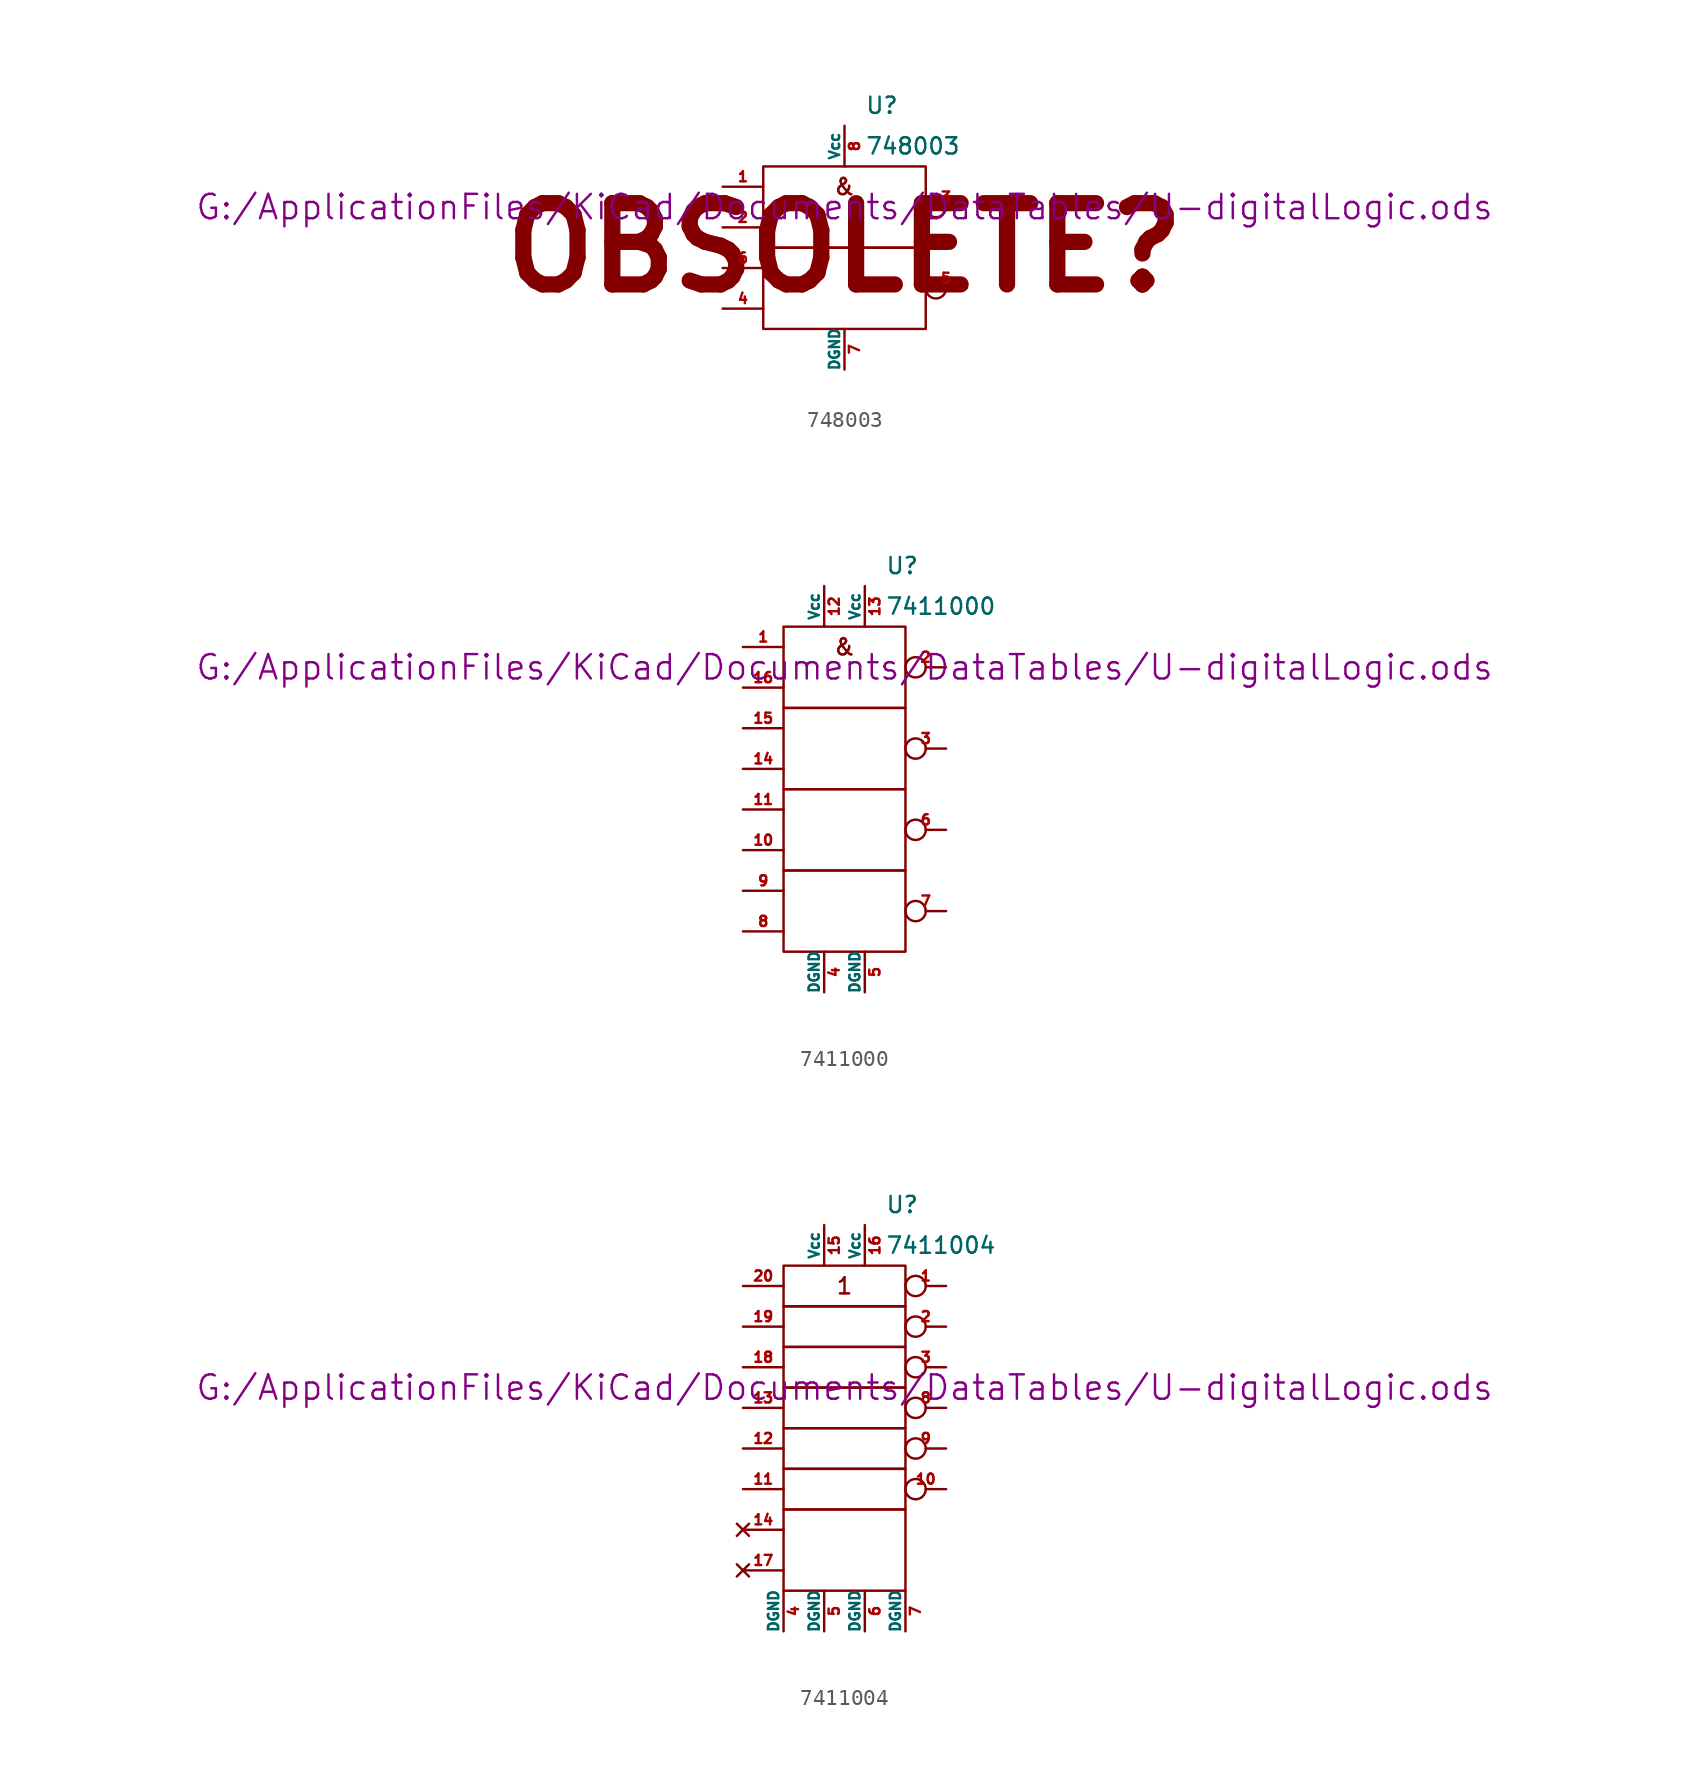
<source format=kicad_sym>
(kicad_symbol_lib
  (version 20211014)
  (generator kicad_symbol_editor)
  (symbol "748003"
    (pin_names
      (offset 0))
    (property "Reference" "U"
      (at 1.27 8.89 0)
      (effects (font (size 1.016 1.016)) (justify left)))
    (property "Value" "748003"
      (at 1.27 6.35 0)
      (effects (font (size 1.016 1.016)) (justify left)))
    (property "Footprint" ""
      (at 0 2.54 0)
      (effects (font (size 1.524 1.524))))
    (property "Datasheet" "G:/ApplicationFiles/KiCad/Documents/DataTables/U-digitalLogic.ods"
      (at 0 2.54 0)
      (effects (font (size 1.524 1.524))))
    (symbol "748003_0_0"
      (text "&" (at 0 3.81 0) (effects (font (size 1.016 1.016))))
      (text "OBSOLETE?" (at 0 0 0) (effects (font (size 5.08 5.08) bold))))
    (symbol "748003_0_1"
      (rectangle (start -5.08 0) (end 5.08 -5.08) (stroke (width 0) (type default) (color 0 0 0 0)) (fill (type none)))
      (rectangle (start -5.08 5.08) (end 5.08 0) (stroke (width 0) (type default) (color 0 0 0 0)) (fill (type none))))
    (symbol "748003_1_1"
      (pin input line (at -7.62 3.81 0) (length 2.54) (name "~" (effects (font (size 0.635 0.635)))) (number "1" (effects (font (size 0.635 0.635)))))
      (pin input line (at -7.62 1.27 0) (length 2.54) (name "~" (effects (font (size 0.635 0.635)))) (number "2" (effects (font (size 0.635 0.635)))))
      (pin output inverted (at 7.62 2.54 180) (length 2.54) (name "~" (effects (font (size 0.635 0.635)))) (number "3" (effects (font (size 0.635 0.635)))))
      (pin input line (at -7.62 -3.81 0) (length 2.54) (name "~" (effects (font (size 0.635 0.635)))) (number "4" (effects (font (size 0.635 0.635)))))
      (pin output inverted (at 7.62 -2.54 180) (length 2.54) (name "~" (effects (font (size 0.635 0.635)))) (number "5" (effects (font (size 0.635 0.635)))))
      (pin input line (at -7.62 -1.27 0) (length 2.54) (name "~" (effects (font (size 0.635 0.635)))) (number "6" (effects (font (size 0.635 0.635)))))
      (pin power_in line (at 0 -7.62 90) (length 2.54) (name "DGND" (effects (font (size 0.635 0.635)))) (number "7" (effects (font (size 0.635 0.635)))))
      (pin power_in line (at 0 7.62 270) (length 2.54) (name "Vcc" (effects (font (size 0.635 0.635)))) (number "8" (effects (font (size 0.635 0.635)))))))
  (symbol "7411000"
    (pin_names
      (offset 0))
    (property "Reference" "U"
      (at 2.54 13.97 0)
      (effects (font (size 1.016 1.016)) (justify left)))
    (property "Value" "7411000"
      (at 2.54 11.43 0)
      (effects (font (size 1.016 1.016)) (justify left)))
    (property "Footprint" ""
      (at 0 7.62 0)
      (effects (font (size 1.524 1.524))))
    (property "Datasheet" "G:/ApplicationFiles/KiCad/Documents/DataTables/U-digitalLogic.ods"
      (at 0 7.62 0)
      (effects (font (size 1.524 1.524))))
    (symbol "7411000_0_0"
      (text "&" (at 0 8.89 0) (effects (font (size 1.016 1.016)))))
    (symbol "7411000_0_1"
      (rectangle (start -3.81 -5.08) (end 3.81 -10.16) (stroke (width 0) (type default) (color 0 0 0 0)) (fill (type none)))
      (rectangle (start -3.81 0) (end 3.81 -5.08) (stroke (width 0) (type default) (color 0 0 0 0)) (fill (type none)))
      (rectangle (start -3.81 5.08) (end 3.81 0) (stroke (width 0) (type default) (color 0 0 0 0)) (fill (type none)))
      (rectangle (start -3.81 10.16) (end 3.81 5.08) (stroke (width 0) (type default) (color 0 0 0 0)) (fill (type none))))
    (symbol "7411000_1_1"
      (pin input line (at -6.35 8.89 0) (length 2.54) (name "~" (effects (font (size 0.635 0.635)))) (number "1" (effects (font (size 0.635 0.635)))))
      (pin input line (at -6.35 -3.81 0) (length 2.54) (name "~" (effects (font (size 0.635 0.635)))) (number "10" (effects (font (size 0.635 0.635)))))
      (pin input line (at -6.35 -1.27 0) (length 2.54) (name "~" (effects (font (size 0.635 0.635)))) (number "11" (effects (font (size 0.635 0.635)))))
      (pin power_in line (at -1.27 12.7 270) (length 2.54) (name "Vcc" (effects (font (size 0.635 0.635)))) (number "12" (effects (font (size 0.635 0.635)))))
      (pin power_in line (at 1.27 12.7 270) (length 2.54) (name "Vcc" (effects (font (size 0.635 0.635)))) (number "13" (effects (font (size 0.635 0.635)))))
      (pin input line (at -6.35 1.27 0) (length 2.54) (name "~" (effects (font (size 0.635 0.635)))) (number "14" (effects (font (size 0.635 0.635)))))
      (pin input line (at -6.35 3.81 0) (length 2.54) (name "~" (effects (font (size 0.635 0.635)))) (number "15" (effects (font (size 0.635 0.635)))))
      (pin input line (at -6.35 6.35 0) (length 2.54) (name "~" (effects (font (size 0.635 0.635)))) (number "16" (effects (font (size 0.635 0.635)))))
      (pin output inverted (at 6.35 7.62 180) (length 2.54) (name "~" (effects (font (size 0.635 0.635)))) (number "2" (effects (font (size 0.635 0.635)))))
      (pin output inverted (at 6.35 2.54 180) (length 2.54) (name "~" (effects (font (size 0.635 0.635)))) (number "3" (effects (font (size 0.635 0.635)))))
      (pin power_in line (at -1.27 -12.7 90) (length 2.54) (name "DGND" (effects (font (size 0.635 0.635)))) (number "4" (effects (font (size 0.635 0.635)))))
      (pin power_in line (at 1.27 -12.7 90) (length 2.54) (name "DGND" (effects (font (size 0.635 0.635)))) (number "5" (effects (font (size 0.635 0.635)))))
      (pin output inverted (at 6.35 -2.54 180) (length 2.54) (name "~" (effects (font (size 0.635 0.635)))) (number "6" (effects (font (size 0.635 0.635)))))
      (pin output inverted (at 6.35 -7.62 180) (length 2.54) (name "~" (effects (font (size 0.635 0.635)))) (number "7" (effects (font (size 0.635 0.635)))))
      (pin input line (at -6.35 -8.89 0) (length 2.54) (name "~" (effects (font (size 0.635 0.635)))) (number "8" (effects (font (size 0.635 0.635)))))
      (pin input line (at -6.35 -6.35 0) (length 2.54) (name "~" (effects (font (size 0.635 0.635)))) (number "9" (effects (font (size 0.635 0.635)))))))
  (symbol "7411004"
    (pin_names
      (offset 0))
    (property "Reference" "U"
      (at 2.54 13.97 0)
      (effects (font (size 1.016 1.016)) (justify left)))
    (property "Value" "7411004"
      (at 2.54 11.43 0)
      (effects (font (size 1.016 1.016)) (justify left)))
    (property "Footprint" ""
      (at 0 2.54 0)
      (effects (font (size 1.524 1.524))))
    (property "Datasheet" "G:/ApplicationFiles/KiCad/Documents/DataTables/U-digitalLogic.ods"
      (at 0 2.54 0)
      (effects (font (size 1.524 1.524))))
    (symbol "7411004_0_0"
      (text "1" (at 0 8.89 0) (effects (font (size 1.016 1.016)))))
    (symbol "7411004_0_1"
      (rectangle (start -3.81 -10.16) (end 3.81 -5.08) (stroke (width 0) (type default) (color 0 0 0 0)) (fill (type none)))
      (rectangle (start -3.81 -2.54) (end 3.81 -5.08) (stroke (width 0) (type default) (color 0 0 0 0)) (fill (type none)))
      (rectangle (start -3.81 0) (end 3.81 -2.54) (stroke (width 0) (type default) (color 0 0 0 0)) (fill (type none)))
      (rectangle (start -3.81 2.54) (end 3.81 0) (stroke (width 0) (type default) (color 0 0 0 0)) (fill (type none)))
      (rectangle (start -3.81 5.08) (end 3.81 2.54) (stroke (width 0) (type default) (color 0 0 0 0)) (fill (type none)))
      (rectangle (start -3.81 7.62) (end 3.81 5.08) (stroke (width 0) (type default) (color 0 0 0 0)) (fill (type none)))
      (rectangle (start -3.81 10.16) (end 3.81 7.62) (stroke (width 0) (type default) (color 0 0 0 0)) (fill (type none))))
    (symbol "7411004_1_1"
      (pin output inverted (at 6.35 8.89 180) (length 2.54) (name "~" (effects (font (size 0.635 0.635)))) (number "1" (effects (font (size 0.635 0.635)))))
      (pin output inverted (at 6.35 -3.81 180) (length 2.54) (name "~" (effects (font (size 0.635 0.635)))) (number "10" (effects (font (size 0.635 0.635)))))
      (pin input line (at -6.35 -3.81 0) (length 2.54) (name "~" (effects (font (size 0.635 0.635)))) (number "11" (effects (font (size 0.635 0.635)))))
      (pin input line (at -6.35 -1.27 0) (length 2.54) (name "~" (effects (font (size 0.635 0.635)))) (number "12" (effects (font (size 0.635 0.635)))))
      (pin input line (at -6.35 1.27 0) (length 2.54) (name "~" (effects (font (size 0.635 0.635)))) (number "13" (effects (font (size 0.635 0.635)))))
      (pin no_connect line (at -6.35 -6.35 0) (length 2.54) (name "~" (effects (font (size 0.635 0.635)))) (number "14" (effects (font (size 0.635 0.635)))))
      (pin power_in line (at -1.27 12.7 270) (length 2.54) (name "Vcc" (effects (font (size 0.635 0.635)))) (number "15" (effects (font (size 0.635 0.635)))))
      (pin power_in line (at 1.27 12.7 270) (length 2.54) (name "Vcc" (effects (font (size 0.635 0.635)))) (number "16" (effects (font (size 0.635 0.635)))))
      (pin no_connect line (at -6.35 -8.89 0) (length 2.54) (name "~" (effects (font (size 0.635 0.635)))) (number "17" (effects (font (size 0.635 0.635)))))
      (pin input line (at -6.35 3.81 0) (length 2.54) (name "~" (effects (font (size 0.635 0.635)))) (number "18" (effects (font (size 0.635 0.635)))))
      (pin input line (at -6.35 6.35 0) (length 2.54) (name "~" (effects (font (size 0.635 0.635)))) (number "19" (effects (font (size 0.635 0.635)))))
      (pin output inverted (at 6.35 6.35 180) (length 2.54) (name "~" (effects (font (size 0.635 0.635)))) (number "2" (effects (font (size 0.635 0.635)))))
      (pin input line (at -6.35 8.89 0) (length 2.54) (name "~" (effects (font (size 0.635 0.635)))) (number "20" (effects (font (size 0.635 0.635)))))
      (pin output inverted (at 6.35 3.81 180) (length 2.54) (name "~" (effects (font (size 0.635 0.635)))) (number "3" (effects (font (size 0.635 0.635)))))
      (pin power_in line (at -3.81 -12.7 90) (length 2.54) (name "DGND" (effects (font (size 0.635 0.635)))) (number "4" (effects (font (size 0.635 0.635)))))
      (pin power_in line (at -1.27 -12.7 90) (length 2.54) (name "DGND" (effects (font (size 0.635 0.635)))) (number "5" (effects (font (size 0.635 0.635)))))
      (pin power_in line (at 1.27 -12.7 90) (length 2.54) (name "DGND" (effects (font (size 0.635 0.635)))) (number "6" (effects (font (size 0.635 0.635)))))
      (pin power_in line (at 3.81 -12.7 90) (length 2.54) (name "DGND" (effects (font (size 0.635 0.635)))) (number "7" (effects (font (size 0.635 0.635)))))
      (pin output inverted (at 6.35 1.27 180) (length 2.54) (name "~" (effects (font (size 0.635 0.635)))) (number "8" (effects (font (size 0.635 0.635)))))
      (pin output inverted (at 6.35 -1.27 180) (length 2.54) (name "~" (effects (font (size 0.635 0.635)))) (number "9" (effects (font (size 0.635 0.635))))))))
</source>
